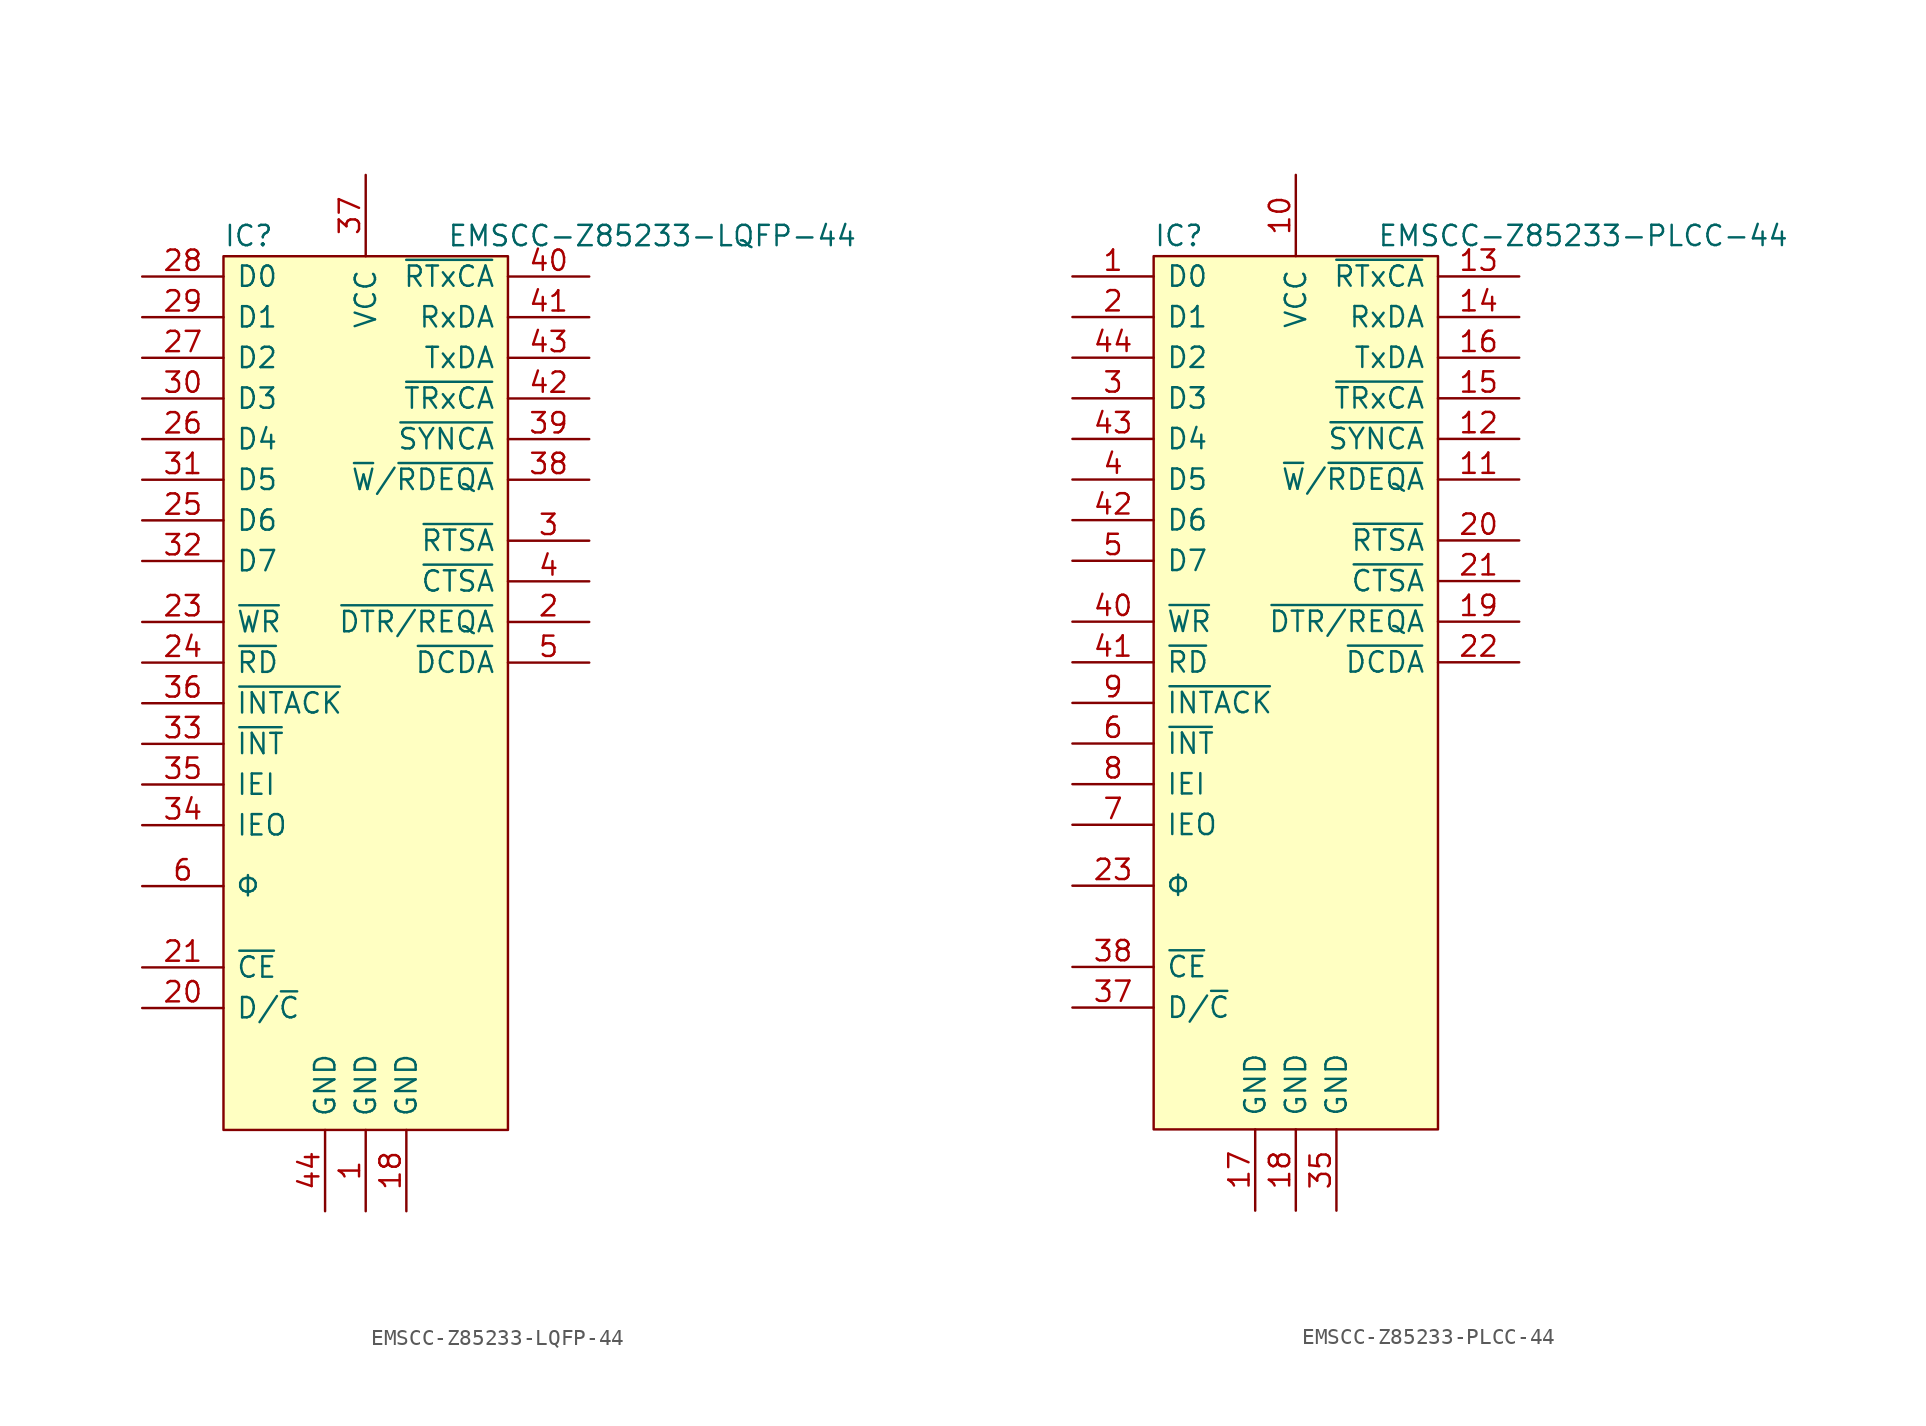
<source format=kicad_sym>
(kicad_symbol_lib
  (version 20211014)
  (generator kicad_symbol_editor)
  (symbol "EMSCC-Z85233-LQFP-44"
    (pin_names
      (offset 0.762))
    (property "Reference" "IC"
      (at 0 1.27 0)
      (effects (font (size 1.27 1.27)) (justify left)))
    (property "Value" "EMSCC-Z85233-LQFP-44"
      (at 13.97 1.27 0)
      (effects (font (size 1.27 1.27)) (justify left)))
    (symbol "EMSCC-Z85233-LQFP-44_0_0"
      (pin power_in line (at 8.89 -59.69 90) (length 5.08) (name "GND" (effects (font (size 1.27 1.27)))) (number "1" (effects (font (size 1.27 1.27)))))
      (pin power_in line (at 11.43 -59.69 90) (length 5.08) (name "GND" (effects (font (size 1.27 1.27)))) (number "18" (effects (font (size 1.27 1.27)))))
      (pin output line (at 22.86 -22.86 180) (length 5.08) (name "~{DTR/REQA}" (effects (font (size 1.27 1.27)))) (number "2" (effects (font (size 1.27 1.27)))))
      (pin input line (at -5.08 -46.99 0) (length 5.08) (name "D/~{C}" (effects (font (size 1.27 1.27)))) (number "20" (effects (font (size 1.27 1.27)))))
      (pin input line (at -5.08 -44.45 0) (length 5.08) (name "~{CE}" (effects (font (size 1.27 1.27)))) (number "21" (effects (font (size 1.27 1.27)))))
      (pin input line (at -5.08 -22.86 0) (length 5.08) (name "~{WR}" (effects (font (size 1.27 1.27)))) (number "23" (effects (font (size 1.27 1.27)))))
      (pin input line (at -5.08 -25.4 0) (length 5.08) (name "~{RD}" (effects (font (size 1.27 1.27)))) (number "24" (effects (font (size 1.27 1.27)))))
      (pin bidirectional line (at -5.08 -16.51 0) (length 5.08) (name "D6" (effects (font (size 1.27 1.27)))) (number "25" (effects (font (size 1.27 1.27)))))
      (pin bidirectional line (at -5.08 -11.43 0) (length 5.08) (name "D4" (effects (font (size 1.27 1.27)))) (number "26" (effects (font (size 1.27 1.27)))))
      (pin bidirectional line (at -5.08 -6.35 0) (length 5.08) (name "D2" (effects (font (size 1.27 1.27)))) (number "27" (effects (font (size 1.27 1.27)))))
      (pin bidirectional line (at -5.08 -1.27 0) (length 5.08) (name "D0" (effects (font (size 1.27 1.27)))) (number "28" (effects (font (size 1.27 1.27)))))
      (pin bidirectional line (at -5.08 -3.81 0) (length 5.08) (name "D1" (effects (font (size 1.27 1.27)))) (number "29" (effects (font (size 1.27 1.27)))))
      (pin output line (at 22.86 -17.78 180) (length 5.08) (name "~{RTSA}" (effects (font (size 1.27 1.27)))) (number "3" (effects (font (size 1.27 1.27)))))
      (pin bidirectional line (at -5.08 -8.89 0) (length 5.08) (name "D3" (effects (font (size 1.27 1.27)))) (number "30" (effects (font (size 1.27 1.27)))))
      (pin bidirectional line (at -5.08 -13.97 0) (length 5.08) (name "D5" (effects (font (size 1.27 1.27)))) (number "31" (effects (font (size 1.27 1.27)))))
      (pin bidirectional line (at -5.08 -19.05 0) (length 5.08) (name "D7" (effects (font (size 1.27 1.27)))) (number "32" (effects (font (size 1.27 1.27)))))
      (pin input line (at -5.08 -30.48 0) (length 5.08) (name "~{INT}" (effects (font (size 1.27 1.27)))) (number "33" (effects (font (size 1.27 1.27)))))
      (pin output line (at -5.08 -35.56 0) (length 5.08) (name "IEO" (effects (font (size 1.27 1.27)))) (number "34" (effects (font (size 1.27 1.27)))))
      (pin input line (at -5.08 -33.02 0) (length 5.08) (name "IEI" (effects (font (size 1.27 1.27)))) (number "35" (effects (font (size 1.27 1.27)))))
      (pin input line (at -5.08 -27.94 0) (length 5.08) (name "~{INTACK}" (effects (font (size 1.27 1.27)))) (number "36" (effects (font (size 1.27 1.27)))))
      (pin power_in line (at 8.89 5.08 270) (length 5.08) (name "VCC" (effects (font (size 1.27 1.27)))) (number "37" (effects (font (size 1.27 1.27)))))
      (pin output line (at 22.86 -13.97 180) (length 5.08) (name "~{W}/~{RDEQA}" (effects (font (size 1.27 1.27)))) (number "38" (effects (font (size 1.27 1.27)))))
      (pin bidirectional line (at 22.86 -11.43 180) (length 5.08) (name "~{SYNCA}" (effects (font (size 1.27 1.27)))) (number "39" (effects (font (size 1.27 1.27)))))
      (pin input line (at 22.86 -20.32 180) (length 5.08) (name "~{CTSA}" (effects (font (size 1.27 1.27)))) (number "4" (effects (font (size 1.27 1.27)))))
      (pin input line (at 22.86 -1.27 180) (length 5.08) (name "~{RTxCA}" (effects (font (size 1.27 1.27)))) (number "40" (effects (font (size 1.27 1.27)))))
      (pin input line (at 22.86 -3.81 180) (length 5.08) (name "RxDA" (effects (font (size 1.27 1.27)))) (number "41" (effects (font (size 1.27 1.27)))))
      (pin input line (at 22.86 -8.89 180) (length 5.08) (name "~{TRxCA}" (effects (font (size 1.27 1.27)))) (number "42" (effects (font (size 1.27 1.27)))))
      (pin output line (at 22.86 -6.35 180) (length 5.08) (name "TxDA" (effects (font (size 1.27 1.27)))) (number "43" (effects (font (size 1.27 1.27)))))
      (pin power_in line (at 6.35 -59.69 90) (length 5.08) (name "GND" (effects (font (size 1.27 1.27)))) (number "44" (effects (font (size 1.27 1.27)))))
      (pin input line (at 22.86 -25.4 180) (length 5.08) (name "~{DCDA}" (effects (font (size 1.27 1.27)))) (number "5" (effects (font (size 1.27 1.27)))))
      (pin input line (at -5.08 -39.37 0) (length 5.08) (name "Φ" (effects (font (size 1.27 1.27)))) (number "6" (effects (font (size 1.27 1.27))))))
    (symbol "EMSCC-Z85233-LQFP-44_0_1"
      (rectangle (start 0 0) (end 17.78 -54.61) (stroke (width 0) (type default) (color 0 0 0 0)) (fill (type background)))))
  (symbol "EMSCC-Z85233-PLCC-44"
    (pin_names
      (offset 0.762))
    (property "Reference" "IC"
      (at 0 1.27 0)
      (effects (font (size 1.27 1.27)) (justify left)))
    (property "Value" "EMSCC-Z85233-PLCC-44"
      (at 13.97 1.27 0)
      (effects (font (size 1.27 1.27)) (justify left)))
    (symbol "EMSCC-Z85233-PLCC-44_0_0"
      (pin bidirectional line (at -5.08 -1.27 0) (length 5.08) (name "D0" (effects (font (size 1.27 1.27)))) (number "1" (effects (font (size 1.27 1.27)))))
      (pin power_in line (at 8.89 5.08 270) (length 5.08) (name "VCC" (effects (font (size 1.27 1.27)))) (number "10" (effects (font (size 1.27 1.27)))))
      (pin output line (at 22.86 -13.97 180) (length 5.08) (name "~{W}/~{RDEQA}" (effects (font (size 1.27 1.27)))) (number "11" (effects (font (size 1.27 1.27)))))
      (pin bidirectional line (at 22.86 -11.43 180) (length 5.08) (name "~{SYNCA}" (effects (font (size 1.27 1.27)))) (number "12" (effects (font (size 1.27 1.27)))))
      (pin input line (at 22.86 -1.27 180) (length 5.08) (name "~{RTxCA}" (effects (font (size 1.27 1.27)))) (number "13" (effects (font (size 1.27 1.27)))))
      (pin input line (at 22.86 -3.81 180) (length 5.08) (name "RxDA" (effects (font (size 1.27 1.27)))) (number "14" (effects (font (size 1.27 1.27)))))
      (pin input line (at 22.86 -8.89 180) (length 5.08) (name "~{TRxCA}" (effects (font (size 1.27 1.27)))) (number "15" (effects (font (size 1.27 1.27)))))
      (pin output line (at 22.86 -6.35 180) (length 5.08) (name "TxDA" (effects (font (size 1.27 1.27)))) (number "16" (effects (font (size 1.27 1.27)))))
      (pin power_in line (at 6.35 -59.69 90) (length 5.08) (name "GND" (effects (font (size 1.27 1.27)))) (number "17" (effects (font (size 1.27 1.27)))))
      (pin power_in line (at 8.89 -59.69 90) (length 5.08) (name "GND" (effects (font (size 1.27 1.27)))) (number "18" (effects (font (size 1.27 1.27)))))
      (pin output line (at 22.86 -22.86 180) (length 5.08) (name "~{DTR/REQA}" (effects (font (size 1.27 1.27)))) (number "19" (effects (font (size 1.27 1.27)))))
      (pin bidirectional line (at -5.08 -3.81 0) (length 5.08) (name "D1" (effects (font (size 1.27 1.27)))) (number "2" (effects (font (size 1.27 1.27)))))
      (pin output line (at 22.86 -17.78 180) (length 5.08) (name "~{RTSA}" (effects (font (size 1.27 1.27)))) (number "20" (effects (font (size 1.27 1.27)))))
      (pin input line (at 22.86 -20.32 180) (length 5.08) (name "~{CTSA}" (effects (font (size 1.27 1.27)))) (number "21" (effects (font (size 1.27 1.27)))))
      (pin input line (at 22.86 -25.4 180) (length 5.08) (name "~{DCDA}" (effects (font (size 1.27 1.27)))) (number "22" (effects (font (size 1.27 1.27)))))
      (pin input line (at -5.08 -39.37 0) (length 5.08) (name "Φ" (effects (font (size 1.27 1.27)))) (number "23" (effects (font (size 1.27 1.27)))))
      (pin bidirectional line (at -5.08 -8.89 0) (length 5.08) (name "D3" (effects (font (size 1.27 1.27)))) (number "3" (effects (font (size 1.27 1.27)))))
      (pin power_in line (at 11.43 -59.69 90) (length 5.08) (name "GND" (effects (font (size 1.27 1.27)))) (number "35" (effects (font (size 1.27 1.27)))))
      (pin input line (at -5.08 -46.99 0) (length 5.08) (name "D/~{C}" (effects (font (size 1.27 1.27)))) (number "37" (effects (font (size 1.27 1.27)))))
      (pin input line (at -5.08 -44.45 0) (length 5.08) (name "~{CE}" (effects (font (size 1.27 1.27)))) (number "38" (effects (font (size 1.27 1.27)))))
      (pin bidirectional line (at -5.08 -13.97 0) (length 5.08) (name "D5" (effects (font (size 1.27 1.27)))) (number "4" (effects (font (size 1.27 1.27)))))
      (pin input line (at -5.08 -22.86 0) (length 5.08) (name "~{WR}" (effects (font (size 1.27 1.27)))) (number "40" (effects (font (size 1.27 1.27)))))
      (pin input line (at -5.08 -25.4 0) (length 5.08) (name "~{RD}" (effects (font (size 1.27 1.27)))) (number "41" (effects (font (size 1.27 1.27)))))
      (pin bidirectional line (at -5.08 -16.51 0) (length 5.08) (name "D6" (effects (font (size 1.27 1.27)))) (number "42" (effects (font (size 1.27 1.27)))))
      (pin bidirectional line (at -5.08 -11.43 0) (length 5.08) (name "D4" (effects (font (size 1.27 1.27)))) (number "43" (effects (font (size 1.27 1.27)))))
      (pin bidirectional line (at -5.08 -6.35 0) (length 5.08) (name "D2" (effects (font (size 1.27 1.27)))) (number "44" (effects (font (size 1.27 1.27)))))
      (pin bidirectional line (at -5.08 -19.05 0) (length 5.08) (name "D7" (effects (font (size 1.27 1.27)))) (number "5" (effects (font (size 1.27 1.27)))))
      (pin input line (at -5.08 -30.48 0) (length 5.08) (name "~{INT}" (effects (font (size 1.27 1.27)))) (number "6" (effects (font (size 1.27 1.27)))))
      (pin output line (at -5.08 -35.56 0) (length 5.08) (name "IEO" (effects (font (size 1.27 1.27)))) (number "7" (effects (font (size 1.27 1.27)))))
      (pin input line (at -5.08 -33.02 0) (length 5.08) (name "IEI" (effects (font (size 1.27 1.27)))) (number "8" (effects (font (size 1.27 1.27)))))
      (pin input line (at -5.08 -27.94 0) (length 5.08) (name "~{INTACK}" (effects (font (size 1.27 1.27)))) (number "9" (effects (font (size 1.27 1.27))))))
    (symbol "EMSCC-Z85233-PLCC-44_0_1"
      (rectangle (start 0 0) (end 17.78 -54.61) (stroke (width 0) (type default) (color 0 0 0 0)) (fill (type background))))))
</source>
